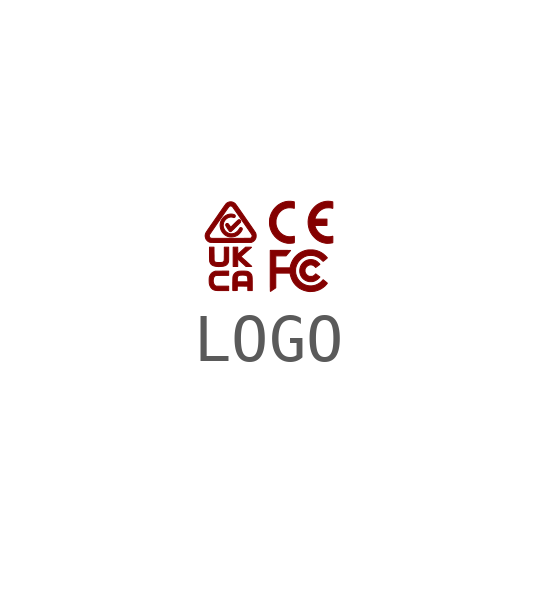
<source format=kicad_sym>
(kicad_symbol_lib
  (version 20220914)
  (generator "bitmap2component")
  (generator_version "9.0")
  (symbol "LOGO"
    (pin_names
      (offset 1.016))
    (property "Reference" "#G"
      (at 0 0.405 0)
      (effects (font (size 1.27 1.27)) hide))
    (symbol "LOGO_0_0"
      (polyline (pts (xy 0.886 -0.94) (xy 0.906 -0.939) (xy 0.927 -0.938) (xy 0.948 -0.936) (xy 0.966 -0.934) (xy 0.98 -0.932) (xy 1.027 -0.919) (xy 1.073 -0.902) (xy 1.115 -0.88) (xy 1.155 -0.853) (xy 1.191 -0.823) (xy 1.223 -0.788) (xy 1.226 -0.785) (xy 1.233 -0.776) (xy 1.237 -0.77) (xy 1.238 -0.766) (xy 1.236 -0.763) (xy 1.234 -0.761) (xy 1.227 -0.755) (xy 1.218 -0.747) (xy 1.206 -0.737) (xy 1.192 -0.726) (xy 1.152 -0.694) (xy 1.128 -0.719) (xy 1.117 -0.731) (xy 1.093 -0.752) (xy 1.068 -0.77) (xy 1.04 -0.786) (xy 1.029 -0.792) (xy 0.989 -0.808) (xy 0.948 -0.818) (xy 0.907 -0.823) (xy 0.866 -0.822) (xy 0.825 -0.816) (xy 0.786 -0.804) (xy 0.748 -0.787) (xy 0.712 -0.765) (xy 0.678 -0.737) (xy 0.666 -0.725) (xy 0.639 -0.694) (xy 0.616 -0.658) (xy 0.599 -0.62) (xy 0.585 -0.577) (xy 0.585 -0.575) (xy 0.582 -0.564) (xy 0.581 -0.553) (xy 0.58 -0.54) (xy 0.579 -0.525) (xy 0.579 -0.505) (xy 0.579 -0.493) (xy 0.58 -0.477) (xy 0.58 -0.464) (xy 0.582 -0.453) (xy 0.584 -0.442) (xy 0.587 -0.43) (xy 0.594 -0.407) (xy 0.605 -0.379) (xy 0.619 -0.352) (xy 0.633 -0.328) (xy 0.641 -0.317) (xy 0.665 -0.289) (xy 0.693 -0.263) (xy 0.724 -0.24) (xy 0.757 -0.22) (xy 0.769 -0.215) (xy 0.793 -0.204) (xy 0.816 -0.197) (xy 0.84 -0.192) (xy 0.866 -0.19) (xy 0.897 -0.189) (xy 0.901 -0.189) (xy 0.931 -0.191) (xy 0.957 -0.194) (xy 0.981 -0.2) (xy 1.006 -0.209) (xy 1.033 -0.221) (xy 1.036 -0.222) (xy 1.061 -0.236) (xy 1.083 -0.251) (xy 1.104 -0.269) (xy 1.126 -0.29) (xy 1.134 -0.297) (xy 1.143 -0.305) (xy 1.149 -0.31) (xy 1.153 -0.311) (xy 1.153 -0.311) (xy 1.158 -0.308) (xy 1.166 -0.302) (xy 1.176 -0.293) (xy 1.188 -0.284) (xy 1.2 -0.274) (xy 1.212 -0.264) (xy 1.223 -0.255) (xy 1.231 -0.247) (xy 1.237 -0.242) (xy 1.239 -0.24) (xy 1.238 -0.237) (xy 1.233 -0.232) (xy 1.225 -0.223) (xy 1.215 -0.213) (xy 1.204 -0.201) (xy 1.193 -0.191) (xy 1.156 -0.159) (xy 1.117 -0.133) (xy 1.076 -0.111) (xy 1.032 -0.094) (xy 0.984 -0.081) (xy 0.981 -0.081) (xy 0.97 -0.079) (xy 0.959 -0.077) (xy 0.947 -0.076) (xy 0.933 -0.075) (xy 0.916 -0.075) (xy 0.894 -0.075) (xy 0.887 -0.075) (xy 0.866 -0.075) (xy 0.85 -0.075) (xy 0.837 -0.076) (xy 0.826 -0.077) (xy 0.815 -0.079) (xy 0.803 -0.082) (xy 0.776 -0.088) (xy 0.729 -0.105) (xy 0.685 -0.126) (xy 0.643 -0.152) (xy 0.606 -0.182) (xy 0.571 -0.217) (xy 0.541 -0.255) (xy 0.515 -0.297) (xy 0.494 -0.342) (xy 0.487 -0.361) (xy 0.478 -0.387) (xy 0.472 -0.413) (xy 0.467 -0.436) (xy 0.465 -0.448) (xy 0.316 -0.448) (xy 0.167 -0.448) (xy 0.167 -0.324) (xy 0.167 -0.199) (xy 0.273 -0.199) (xy 0.38 -0.199) (xy 0.427 -0.144) (xy 0.438 -0.132) (xy 0.45 -0.117) (xy 0.46 -0.105) (xy 0.468 -0.096) (xy 0.473 -0.089) (xy 0.475 -0.087) (xy 0.472 -0.086) (xy 0.465 -0.086) (xy 0.453 -0.086) (xy 0.435 -0.086) (xy 0.414 -0.085) (xy 0.39 -0.085) (xy 0.362 -0.085) (xy 0.331 -0.085) (xy 0.298 -0.085) (xy 0.264 -0.085) (xy 0.053 -0.085) (xy 0.053 -0.511) (xy 0.053 -0.53) (xy 0.053 -0.596) (xy 0.053 -0.655) (xy 0.053 -0.709) (xy 0.053 -0.758) (xy 0.053 -0.8) (xy 0.053 -0.837) (xy 0.054 -0.868) (xy 0.054 -0.893) (xy 0.054 -0.912) (xy 0.055 -0.926) (xy 0.055 -0.934) (xy 0.056 -0.937) (xy 0.057 -0.937) (xy 0.062 -0.933) (xy 0.071 -0.928) (xy 0.083 -0.92) (xy 0.097 -0.91) (xy 0.113 -0.899) (xy 0.167 -0.863) (xy 0.167 -0.71) (xy 0.167 -0.557) (xy 0.316 -0.557) (xy 0.465 -0.557) (xy 0.469 -0.584) (xy 0.471 -0.594) (xy 0.48 -0.626) (xy 0.491 -0.66) (xy 0.505 -0.693) (xy 0.52 -0.724) (xy 0.536 -0.75) (xy 0.553 -0.774) (xy 0.585 -0.811) (xy 0.622 -0.844) (xy 0.661 -0.873) (xy 0.704 -0.896) (xy 0.75 -0.915) (xy 0.8 -0.929) (xy 0.853 -0.939) (xy 0.855 -0.939) (xy 0.869 -0.94) (xy 0.886 -0.94)) (stroke (width 0.01) (type default)) (fill (type outline)))
      (polyline (pts (xy -0.812 -0.875) (xy -0.812 -0.829) (xy -0.941 -0.829) (xy -1.071 -0.828) (xy -1.085 -0.821) (xy -1.092 -0.817) (xy -1.106 -0.804) (xy -1.117 -0.786) (xy -1.126 -0.763) (xy -1.132 -0.735) (xy -1.132 -0.733) (xy -1.133 -0.712) (xy -1.131 -0.69) (xy -1.127 -0.668) (xy -1.121 -0.649) (xy -1.113 -0.634) (xy -1.104 -0.622) (xy -1.103 -0.622) (xy -1.098 -0.618) (xy -1.094 -0.615) (xy -1.089 -0.612) (xy -1.084 -0.61) (xy -1.077 -0.608) (xy -1.068 -0.607) (xy -1.057 -0.606) (xy -1.042 -0.605) (xy -1.024 -0.605) (xy -1.002 -0.605) (xy -0.975 -0.604) (xy -0.943 -0.604) (xy -0.812 -0.603) (xy -0.812 -0.559) (xy -0.812 -0.515) (xy -0.952 -0.516) (xy -1.091 -0.517) (xy -1.111 -0.525) (xy -1.126 -0.531) (xy -1.149 -0.544) (xy -1.168 -0.559) (xy -1.183 -0.577) (xy -1.196 -0.598) (xy -1.202 -0.611) (xy -1.208 -0.624) (xy -1.212 -0.637) (xy -1.215 -0.652) (xy -1.216 -0.668) (xy -1.217 -0.688) (xy -1.217 -0.712) (xy -1.217 -0.722) (xy -1.216 -0.747) (xy -1.215 -0.767) (xy -1.212 -0.785) (xy -1.208 -0.801) (xy -1.202 -0.817) (xy -1.194 -0.834) (xy -1.182 -0.855) (xy -1.163 -0.877) (xy -1.142 -0.895) (xy -1.117 -0.907) (xy -1.088 -0.915) (xy -1.082 -0.916) (xy -1.073 -0.917) (xy -1.06 -0.918) (xy -1.044 -0.919) (xy -1.025 -0.919) (xy -1.001 -0.919) (xy -0.972 -0.92) (xy -0.938 -0.92) (xy -0.812 -0.92) (xy -0.812 -0.875)) (stroke (width 0.01) (type default)) (fill (type outline)))
      (polyline (pts (xy -0.322 -0.782) (xy -0.322 -0.753) (xy -0.322 -0.722) (xy -0.323 -0.696) (xy -0.323 -0.674) (xy -0.324 -0.656) (xy -0.325 -0.642) (xy -0.326 -0.629) (xy -0.328 -0.619) (xy -0.33 -0.61) (xy -0.332 -0.602) (xy -0.335 -0.595) (xy -0.339 -0.587) (xy -0.343 -0.579) (xy -0.358 -0.559) (xy -0.377 -0.542) (xy -0.399 -0.529) (xy -0.423 -0.52) (xy -0.427 -0.519) (xy -0.439 -0.518) (xy -0.456 -0.517) (xy -0.475 -0.516) (xy -0.496 -0.515) (xy -0.519 -0.515) (xy -0.541 -0.516) (xy -0.562 -0.516) (xy -0.581 -0.517) (xy -0.597 -0.518) (xy -0.608 -0.52) (xy -0.628 -0.526) (xy -0.654 -0.537) (xy -0.677 -0.553) (xy -0.696 -0.573) (xy -0.71 -0.596) (xy -0.72 -0.621) (xy -0.72 -0.624) (xy -0.721 -0.63) (xy -0.722 -0.637) (xy -0.723 -0.647) (xy -0.724 -0.659) (xy -0.724 -0.674) (xy -0.725 -0.692) (xy -0.725 -0.715) (xy -0.725 -0.738) (xy -0.633 -0.738) (xy -0.632 -0.694) (xy -0.632 -0.686) (xy -0.632 -0.671) (xy -0.631 -0.659) (xy -0.63 -0.651) (xy -0.628 -0.645) (xy -0.626 -0.638) (xy -0.623 -0.631) (xy -0.622 -0.631) (xy -0.616 -0.62) (xy -0.609 -0.612) (xy -0.599 -0.607) (xy -0.587 -0.603) (xy -0.57 -0.6) (xy -0.568 -0.6) (xy -0.551 -0.599) (xy -0.533 -0.598) (xy -0.513 -0.598) (xy -0.493 -0.599) (xy -0.476 -0.601) (xy -0.461 -0.603) (xy -0.451 -0.605) (xy -0.441 -0.609) (xy -0.433 -0.615) (xy -0.427 -0.623) (xy -0.422 -0.635) (xy -0.42 -0.641) (xy -0.418 -0.65) (xy -0.416 -0.661) (xy -0.415 -0.676) (xy -0.414 -0.695) (xy -0.412 -0.738) (xy -0.523 -0.738) (xy -0.633 -0.738) (xy -0.725 -0.738) (xy -0.726 -0.743) (xy -0.726 -0.776) (xy -0.726 -0.8) (xy -0.726 -0.826) (xy -0.726 -0.85) (xy -0.726 -0.872) (xy -0.726 -0.889) (xy -0.726 -0.903) (xy -0.726 -0.912) (xy -0.726 -0.916) (xy -0.725 -0.917) (xy -0.722 -0.918) (xy -0.717 -0.919) (xy -0.709 -0.919) (xy -0.697 -0.92) (xy -0.679 -0.919) (xy -0.634 -0.918) (xy -0.633 -0.873) (xy -0.631 -0.826) (xy -0.523 -0.827) (xy -0.415 -0.828) (xy -0.414 -0.874) (xy -0.413 -0.92) (xy -0.368 -0.92) (xy -0.322 -0.92) (xy -0.322 -0.782)) (stroke (width 0.01) (type default)) (fill (type outline)))
      (polyline (pts (xy 0.899 -0.734) (xy 0.9 -0.734) (xy 0.917 -0.734) (xy 0.929 -0.733) (xy 0.941 -0.731) (xy 0.952 -0.728) (xy 0.965 -0.724) (xy 0.976 -0.72) (xy 1.008 -0.704) (xy 1.038 -0.684) (xy 1.065 -0.659) (xy 1.084 -0.638) (xy 1.041 -0.605) (xy 0.998 -0.572) (xy 0.98 -0.59) (xy 0.97 -0.6) (xy 0.957 -0.61) (xy 0.945 -0.617) (xy 0.944 -0.618) (xy 0.935 -0.621) (xy 0.928 -0.624) (xy 0.92 -0.625) (xy 0.91 -0.625) (xy 0.895 -0.625) (xy 0.89 -0.625) (xy 0.877 -0.625) (xy 0.867 -0.625) (xy 0.86 -0.623) (xy 0.853 -0.62) (xy 0.844 -0.616) (xy 0.835 -0.611) (xy 0.815 -0.596) (xy 0.798 -0.577) (xy 0.784 -0.554) (xy 0.781 -0.546) (xy 0.778 -0.538) (xy 0.776 -0.53) (xy 0.775 -0.519) (xy 0.775 -0.505) (xy 0.775 -0.497) (xy 0.775 -0.485) (xy 0.777 -0.476) (xy 0.779 -0.468) (xy 0.783 -0.459) (xy 0.797 -0.436) (xy 0.816 -0.416) (xy 0.838 -0.4) (xy 0.863 -0.389) (xy 0.87 -0.387) (xy 0.893 -0.384) (xy 0.917 -0.387) (xy 0.941 -0.394) (xy 0.962 -0.407) (xy 0.981 -0.423) (xy 0.996 -0.44) (xy 1.04 -0.408) (xy 1.054 -0.398) (xy 1.066 -0.389) (xy 1.075 -0.382) (xy 1.082 -0.376) (xy 1.084 -0.374) (xy 1.083 -0.372) (xy 1.079 -0.367) (xy 1.072 -0.359) (xy 1.062 -0.35) (xy 1.051 -0.34) (xy 1.04 -0.33) (xy 1.029 -0.32) (xy 1.02 -0.313) (xy 1.013 -0.308) (xy 0.984 -0.293) (xy 0.95 -0.282) (xy 0.915 -0.276) (xy 0.881 -0.276) (xy 0.847 -0.281) (xy 0.814 -0.29) (xy 0.783 -0.305) (xy 0.754 -0.325) (xy 0.727 -0.35) (xy 0.704 -0.379) (xy 0.687 -0.408) (xy 0.675 -0.44) (xy 0.668 -0.474) (xy 0.665 -0.509) (xy 0.667 -0.542) (xy 0.675 -0.576) (xy 0.688 -0.609) (xy 0.705 -0.638) (xy 0.727 -0.665) (xy 0.753 -0.688) (xy 0.782 -0.707) (xy 0.815 -0.722) (xy 0.85 -0.732) (xy 0.857 -0.733) (xy 0.87 -0.734) (xy 0.884 -0.734) (xy 0.899 -0.734)) (stroke (width 0.01) (type default)) (fill (type outline)))
      (polyline (pts (xy -0.976 -0.419) (xy -0.95 -0.417) (xy -0.927 -0.414) (xy -0.913 -0.411) (xy -0.886 -0.403) (xy -0.862 -0.39) (xy -0.843 -0.373) (xy -0.828 -0.353) (xy -0.818 -0.329) (xy -0.817 -0.327) (xy -0.816 -0.322) (xy -0.815 -0.317) (xy -0.814 -0.311) (xy -0.813 -0.304) (xy -0.813 -0.294) (xy -0.812 -0.282) (xy -0.812 -0.267) (xy -0.812 -0.248) (xy -0.812 -0.225) (xy -0.812 -0.197) (xy -0.812 -0.164) (xy -0.812 -0.018) (xy -0.857 -0.018) (xy -0.902 -0.018) (xy -0.902 -0.15) (xy -0.902 -0.154) (xy -0.902 -0.187) (xy -0.903 -0.216) (xy -0.903 -0.239) (xy -0.903 -0.259) (xy -0.904 -0.274) (xy -0.905 -0.286) (xy -0.906 -0.296) (xy -0.908 -0.303) (xy -0.911 -0.309) (xy -0.914 -0.314) (xy -0.917 -0.318) (xy -0.921 -0.322) (xy -0.924 -0.324) (xy -0.932 -0.329) (xy -0.943 -0.332) (xy -0.956 -0.335) (xy -0.974 -0.336) (xy -0.996 -0.337) (xy -1.023 -0.337) (xy -1.031 -0.336) (xy -1.048 -0.336) (xy -1.06 -0.335) (xy -1.069 -0.334) (xy -1.077 -0.333) (xy -1.082 -0.331) (xy -1.088 -0.329) (xy -1.089 -0.328) (xy -1.101 -0.32) (xy -1.108 -0.309) (xy -1.11 -0.307) (xy -1.111 -0.304) (xy -1.112 -0.301) (xy -1.113 -0.296) (xy -1.113 -0.29) (xy -1.114 -0.282) (xy -1.115 -0.271) (xy -1.115 -0.257) (xy -1.115 -0.239) (xy -1.115 -0.217) (xy -1.115 -0.19) (xy -1.116 -0.158) (xy -1.117 -0.018) (xy -1.163 -0.018) (xy -1.21 -0.018) (xy -1.21 -0.156) (xy -1.21 -0.183) (xy -1.21 -0.214) (xy -1.21 -0.239) (xy -1.209 -0.26) (xy -1.209 -0.276) (xy -1.208 -0.29) (xy -1.208 -0.3) (xy -1.207 -0.308) (xy -1.206 -0.314) (xy -1.198 -0.338) (xy -1.186 -0.361) (xy -1.169 -0.38) (xy -1.147 -0.395) (xy -1.121 -0.406) (xy -1.09 -0.414) (xy -1.055 -0.419) (xy -1.034 -0.42) (xy -1.005 -0.42) (xy -0.976 -0.419)) (stroke (width 0.01) (type default)) (fill (type outline)))
      (polyline (pts (xy -0.624 -0.34) (xy -0.624 -0.26) (xy -0.587 -0.295) (xy -0.586 -0.295) (xy -0.572 -0.308) (xy -0.555 -0.324) (xy -0.536 -0.341) (xy -0.518 -0.358) (xy -0.5 -0.374) (xy -0.452 -0.419) (xy -0.391 -0.419) (xy -0.385 -0.419) (xy -0.366 -0.419) (xy -0.352 -0.419) (xy -0.343 -0.418) (xy -0.337 -0.418) (xy -0.334 -0.417) (xy -0.333 -0.416) (xy -0.334 -0.414) (xy -0.336 -0.413) (xy -0.341 -0.408) (xy -0.35 -0.4) (xy -0.362 -0.389) (xy -0.377 -0.376) (xy -0.394 -0.36) (xy -0.412 -0.344) (xy -0.432 -0.326) (xy -0.447 -0.312) (xy -0.473 -0.289) (xy -0.495 -0.27) (xy -0.513 -0.254) (xy -0.527 -0.241) (xy -0.539 -0.23) (xy -0.547 -0.223) (xy -0.552 -0.217) (xy -0.556 -0.214) (xy -0.557 -0.212) (xy -0.555 -0.211) (xy -0.55 -0.207) (xy -0.542 -0.199) (xy -0.53 -0.189) (xy -0.516 -0.176) (xy -0.5 -0.162) (xy -0.482 -0.147) (xy -0.463 -0.131) (xy -0.444 -0.114) (xy -0.425 -0.097) (xy -0.406 -0.081) (xy -0.389 -0.066) (xy -0.372 -0.052) (xy -0.358 -0.04) (xy -0.347 -0.03) (xy -0.339 -0.023) (xy -0.337 -0.022) (xy -0.337 -0.02) (xy -0.338 -0.019) (xy -0.342 -0.019) (xy -0.349 -0.018) (xy -0.36 -0.018) (xy -0.375 -0.018) (xy -0.396 -0.018) (xy -0.46 -0.018) (xy -0.541 -0.092) (xy -0.623 -0.166) (xy -0.623 -0.092) (xy -0.624 -0.018) (xy -0.671 -0.018) (xy -0.718 -0.018) (xy -0.718 -0.218) (xy -0.718 -0.419) (xy -0.671 -0.419) (xy -0.624 -0.419) (xy -0.624 -0.34)) (stroke (width 0.01) (type default)) (fill (type outline)))
      (polyline (pts (xy 0.47 0.063) (xy 0.494 0.065) (xy 0.516 0.067) (xy 0.535 0.07) (xy 0.55 0.075) (xy 0.551 0.076) (xy 0.552 0.082) (xy 0.553 0.09) (xy 0.553 0.103) (xy 0.554 0.121) (xy 0.554 0.144) (xy 0.554 0.161) (xy 0.554 0.179) (xy 0.553 0.192) (xy 0.553 0.2) (xy 0.552 0.206) (xy 0.551 0.209) (xy 0.55 0.21) (xy 0.549 0.21) (xy 0.543 0.208) (xy 0.534 0.206) (xy 0.523 0.204) (xy 0.497 0.2) (xy 0.457 0.198) (xy 0.419 0.201) (xy 0.383 0.209) (xy 0.347 0.223) (xy 0.325 0.234) (xy 0.291 0.257) (xy 0.26 0.283) (xy 0.233 0.315) (xy 0.21 0.349) (xy 0.192 0.388) (xy 0.178 0.43) (xy 0.177 0.436) (xy 0.175 0.446) (xy 0.173 0.457) (xy 0.172 0.469) (xy 0.172 0.483) (xy 0.172 0.502) (xy 0.172 0.513) (xy 0.172 0.53) (xy 0.173 0.543) (xy 0.174 0.554) (xy 0.176 0.565) (xy 0.179 0.577) (xy 0.193 0.618) (xy 0.21 0.655) (xy 0.232 0.689) (xy 0.258 0.719) (xy 0.286 0.744) (xy 0.318 0.766) (xy 0.352 0.782) (xy 0.389 0.794) (xy 0.427 0.801) (xy 0.467 0.802) (xy 0.478 0.801) (xy 0.499 0.799) (xy 0.519 0.797) (xy 0.536 0.793) (xy 0.549 0.789) (xy 0.55 0.789) (xy 0.551 0.79) (xy 0.552 0.792) (xy 0.553 0.797) (xy 0.553 0.805) (xy 0.553 0.818) (xy 0.553 0.834) (xy 0.553 0.856) (xy 0.552 0.924) (xy 0.536 0.928) (xy 0.52 0.931) (xy 0.483 0.935) (xy 0.445 0.936) (xy 0.408 0.934) (xy 0.374 0.929) (xy 0.351 0.923) (xy 0.306 0.908) (xy 0.263 0.887) (xy 0.222 0.862) (xy 0.185 0.832) (xy 0.151 0.798) (xy 0.12 0.761) (xy 0.094 0.72) (xy 0.072 0.677) (xy 0.055 0.63) (xy 0.042 0.582) (xy 0.04 0.568) (xy 0.038 0.546) (xy 0.037 0.52) (xy 0.037 0.494) (xy 0.037 0.468) (xy 0.039 0.444) (xy 0.042 0.423) (xy 0.044 0.415) (xy 0.054 0.374) (xy 0.068 0.334) (xy 0.085 0.297) (xy 0.104 0.263) (xy 0.116 0.246) (xy 0.147 0.206) (xy 0.182 0.171) (xy 0.22 0.14) (xy 0.261 0.114) (xy 0.304 0.093) (xy 0.35 0.077) (xy 0.398 0.066) (xy 0.403 0.065) (xy 0.423 0.063) (xy 0.446 0.063) (xy 0.47 0.063)) (stroke (width 0.01) (type default)) (fill (type outline)))
      (polyline (pts (xy 1.246 0.062) (xy 1.264 0.063) (xy 1.284 0.064) (xy 1.302 0.066) (xy 1.317 0.068) (xy 1.329 0.07) (xy 1.352 0.075) (xy 1.353 0.143) (xy 1.353 0.147) (xy 1.353 0.168) (xy 1.353 0.184) (xy 1.353 0.196) (xy 1.353 0.203) (xy 1.352 0.208) (xy 1.351 0.21) (xy 1.349 0.21) (xy 1.346 0.209) (xy 1.336 0.206) (xy 1.323 0.204) (xy 1.308 0.201) (xy 1.292 0.199) (xy 1.279 0.198) (xy 1.278 0.198) (xy 1.24 0.198) (xy 1.204 0.203) (xy 1.168 0.214) (xy 1.134 0.23) (xy 1.101 0.249) (xy 1.072 0.274) (xy 1.045 0.301) (xy 1.022 0.333) (xy 1.002 0.367) (xy 0.988 0.404) (xy 0.986 0.409) (xy 0.984 0.415) (xy 0.982 0.42) (xy 0.982 0.424) (xy 0.983 0.428) (xy 0.986 0.43) (xy 0.992 0.432) (xy 1 0.433) (xy 1.013 0.433) (xy 1.029 0.434) (xy 1.05 0.434) (xy 1.075 0.434) (xy 1.106 0.434) (xy 1.231 0.434) (xy 1.231 0.5) (xy 1.231 0.566) (xy 1.106 0.566) (xy 1.083 0.566) (xy 1.056 0.565) (xy 1.034 0.565) (xy 1.016 0.566) (xy 1.003 0.566) (xy 0.993 0.567) (xy 0.987 0.569) (xy 0.983 0.572) (xy 0.982 0.575) (xy 0.982 0.579) (xy 0.984 0.585) (xy 0.986 0.592) (xy 0.989 0.6) (xy 1 0.628) (xy 1.02 0.665) (xy 1.044 0.698) (xy 1.071 0.728) (xy 1.103 0.753) (xy 1.138 0.774) (xy 1.152 0.78) (xy 1.172 0.789) (xy 1.191 0.795) (xy 1.211 0.798) (xy 1.233 0.8) (xy 1.258 0.801) (xy 1.276 0.801) (xy 1.296 0.8) (xy 1.314 0.798) (xy 1.331 0.794) (xy 1.349 0.789) (xy 1.35 0.789) (xy 1.351 0.79) (xy 1.352 0.792) (xy 1.353 0.798) (xy 1.353 0.806) (xy 1.353 0.818) (xy 1.353 0.834) (xy 1.353 0.856) (xy 1.352 0.924) (xy 1.327 0.929) (xy 1.3 0.934) (xy 1.254 0.937) (xy 1.208 0.934) (xy 1.162 0.925) (xy 1.117 0.911) (xy 1.073 0.891) (xy 1.03 0.866) (xy 1.011 0.852) (xy 0.991 0.835) (xy 0.97 0.815) (xy 0.95 0.793) (xy 0.932 0.772) (xy 0.917 0.753) (xy 0.916 0.751) (xy 0.889 0.706) (xy 0.868 0.659) (xy 0.853 0.611) (xy 0.843 0.562) (xy 0.839 0.512) (xy 0.841 0.462) (xy 0.842 0.449) (xy 0.851 0.398) (xy 0.864 0.35) (xy 0.883 0.305) (xy 0.907 0.262) (xy 0.936 0.222) (xy 0.971 0.183) (xy 1.001 0.155) (xy 1.038 0.127) (xy 1.077 0.104) (xy 1.119 0.086) (xy 1.163 0.073) (xy 1.212 0.063) (xy 1.216 0.063) (xy 1.23 0.062) (xy 1.246 0.062)) (stroke (width 0.01) (type default)) (fill (type outline)))
      (polyline (pts (xy -0.823 0.08) (xy -0.765 0.08) (xy -0.341 0.081) (xy -0.319 0.091) (xy -0.311 0.095) (xy -0.288 0.111) (xy -0.27 0.13) (xy -0.255 0.153) (xy -0.244 0.18) (xy -0.242 0.195) (xy -0.241 0.214) (xy -0.241 0.234) (xy -0.244 0.253) (xy -0.248 0.268) (xy -0.249 0.269) (xy -0.249 0.271) (xy -0.25 0.273) (xy -0.251 0.275) (xy -0.252 0.277) (xy -0.253 0.279) (xy -0.255 0.283) (xy -0.257 0.287) (xy -0.261 0.292) (xy -0.265 0.298) (xy -0.27 0.306) (xy -0.277 0.316) (xy -0.284 0.327) (xy -0.293 0.341) (xy -0.304 0.356) (xy -0.317 0.375) (xy -0.331 0.396) (xy -0.347 0.419) (xy -0.366 0.446) (xy -0.387 0.476) (xy -0.41 0.509) (xy -0.436 0.546) (xy -0.464 0.587) (xy -0.495 0.632) (xy -0.529 0.681) (xy -0.566 0.734) (xy -0.607 0.793) (xy -0.616 0.805) (xy -0.63 0.825) (xy -0.643 0.843) (xy -0.655 0.86) (xy -0.665 0.873) (xy -0.673 0.883) (xy -0.678 0.889) (xy -0.688 0.897) (xy -0.711 0.911) (xy -0.736 0.921) (xy -0.762 0.925) (xy -0.789 0.924) (xy -0.808 0.919) (xy -0.83 0.91) (xy -0.849 0.899) (xy -0.865 0.886) (xy -0.865 0.885) (xy -0.87 0.879) (xy -0.878 0.868) (xy -0.888 0.854) (xy -0.901 0.838) (xy -0.914 0.819) (xy -0.929 0.798) (xy -0.944 0.776) (xy -0.96 0.753) (xy -0.979 0.725) (xy -1.001 0.695) (xy -1.023 0.663) (xy -1.044 0.631) (xy -1.065 0.602) (xy -1.084 0.574) (xy -1.084 0.574) (xy -1.103 0.547) (xy -1.123 0.518) (xy -1.144 0.488) (xy -1.165 0.458) (xy -1.185 0.43) (xy -1.203 0.403) (xy -1.218 0.381) (xy -1.23 0.364) (xy -1.244 0.344) (xy -1.256 0.325) (xy -1.268 0.308) (xy -1.276 0.294) (xy -1.283 0.283) (xy -1.287 0.277) (xy -1.295 0.254) (xy -1.3 0.227) (xy -1.299 0.215) (xy -1.215 0.215) (xy -1.214 0.231) (xy -1.213 0.232) (xy -1.212 0.235) (xy -1.211 0.237) (xy -1.21 0.24) (xy -1.208 0.244) (xy -1.205 0.248) (xy -1.201 0.255) (xy -1.196 0.262) (xy -1.19 0.272) (xy -1.181 0.284) (xy -1.171 0.299) (xy -1.159 0.317) (xy -1.144 0.338) (xy -1.127 0.363) (xy -1.107 0.392) (xy -1.085 0.424) (xy -1.059 0.462) (xy -1.032 0.501) (xy -1 0.547) (xy -0.971 0.589) (xy -0.945 0.627) (xy -0.921 0.661) (xy -0.9 0.691) (xy -0.882 0.717) (xy -0.866 0.74) (xy -0.852 0.76) (xy -0.839 0.777) (xy -0.829 0.792) (xy -0.82 0.804) (xy -0.812 0.814) (xy -0.805 0.822) (xy -0.8 0.828) (xy -0.796 0.832) (xy -0.792 0.835) (xy -0.789 0.837) (xy -0.786 0.839) (xy -0.783 0.839) (xy -0.781 0.839) (xy -0.778 0.839) (xy -0.775 0.838) (xy -0.771 0.838) (xy -0.765 0.838) (xy -0.751 0.835) (xy -0.74 0.828) (xy -0.729 0.817) (xy -0.726 0.814) (xy -0.72 0.805) (xy -0.711 0.792) (xy -0.698 0.774) (xy -0.683 0.752) (xy -0.663 0.725) (xy -0.641 0.693) (xy -0.615 0.656) (xy -0.586 0.614) (xy -0.554 0.568) (xy -0.519 0.517) (xy -0.48 0.461) (xy -0.438 0.4) (xy -0.392 0.334) (xy -0.382 0.319) (xy -0.366 0.297) (xy -0.353 0.277) (xy -0.342 0.26) (xy -0.333 0.246) (xy -0.328 0.236) (xy -0.325 0.231) (xy -0.325 0.231) (xy -0.324 0.215) (xy -0.327 0.199) (xy -0.336 0.184) (xy -0.348 0.173) (xy -0.358 0.166) (xy -0.766 0.165) (xy -0.78 0.165) (xy -0.836 0.165) (xy -0.886 0.165) (xy -0.931 0.165) (xy -0.971 0.165) (xy -1.006 0.165) (xy -1.037 0.165) (xy -1.065 0.165) (xy -1.088 0.165) (xy -1.108 0.165) (xy -1.125 0.165) (xy -1.139 0.165) (xy -1.15 0.165) (xy -1.159 0.166) (xy -1.166 0.166) (xy -1.172 0.167) (xy -1.176 0.167) (xy -1.179 0.168) (xy -1.182 0.168) (xy -1.184 0.169) (xy -1.185 0.17) (xy -1.193 0.174) (xy -1.204 0.186) (xy -1.212 0.2) (xy -1.215 0.215) (xy -1.299 0.215) (xy -1.299 0.201) (xy -1.293 0.175) (xy -1.284 0.151) (xy -1.269 0.13) (xy -1.251 0.111) (xy -1.23 0.096) (xy -1.205 0.085) (xy -1.203 0.084) (xy -1.2 0.084) (xy -1.197 0.083) (xy -1.192 0.082) (xy -1.187 0.082) (xy -1.18 0.081) (xy -1.171 0.081) (xy -1.161 0.081) (xy -1.147 0.081) (xy -1.132 0.08) (xy -1.113 0.08) (xy -1.091 0.08) (xy -1.066 0.08) (xy -1.037 0.08) (xy -1.003 0.08) (xy -0.966 0.08) (xy -0.923 0.08) (xy -0.876 0.08) (xy -0.823 0.08)) (stroke (width 0.01) (type default)) (fill (type outline)))
      (polyline (pts (xy -0.715 0.198) (xy -0.681 0.206) (xy -0.648 0.22) (xy -0.635 0.226) (xy -0.624 0.233) (xy -0.614 0.24) (xy -0.603 0.25) (xy -0.59 0.262) (xy -0.585 0.267) (xy -0.568 0.286) (xy -0.554 0.305) (xy -0.542 0.323) (xy -0.534 0.339) (xy -0.529 0.353) (xy -0.529 0.365) (xy -0.532 0.374) (xy -0.54 0.383) (xy -0.551 0.388) (xy -0.563 0.39) (xy -0.574 0.387) (xy -0.576 0.386) (xy -0.58 0.38) (xy -0.587 0.371) (xy -0.593 0.36) (xy -0.608 0.338) (xy -0.63 0.313) (xy -0.654 0.293) (xy -0.681 0.276) (xy -0.71 0.265) (xy -0.721 0.263) (xy -0.739 0.261) (xy -0.758 0.26) (xy -0.777 0.261) (xy -0.793 0.264) (xy -0.795 0.264) (xy -0.821 0.274) (xy -0.847 0.288) (xy -0.87 0.307) (xy -0.889 0.329) (xy -0.905 0.354) (xy -0.91 0.367) (xy -0.919 0.391) (xy -0.924 0.414) (xy -0.926 0.435) (xy -0.926 0.443) (xy -0.923 0.458) (xy -0.92 0.476) (xy -0.916 0.492) (xy -0.911 0.506) (xy -0.906 0.516) (xy -0.89 0.541) (xy -0.87 0.563) (xy -0.846 0.582) (xy -0.82 0.596) (xy -0.792 0.605) (xy -0.783 0.607) (xy -0.766 0.609) (xy -0.748 0.608) (xy -0.733 0.606) (xy -0.721 0.602) (xy -0.718 0.601) (xy -0.705 0.597) (xy -0.693 0.599) (xy -0.683 0.605) (xy -0.676 0.615) (xy -0.674 0.628) (xy -0.674 0.63) (xy -0.676 0.641) (xy -0.682 0.649) (xy -0.692 0.656) (xy -0.708 0.662) (xy -0.732 0.668) (xy -0.763 0.671) (xy -0.795 0.668) (xy -0.826 0.661) (xy -0.856 0.649) (xy -0.884 0.632) (xy -0.91 0.612) (xy -0.933 0.588) (xy -0.953 0.561) (xy -0.97 0.531) (xy -0.981 0.498) (xy -0.987 0.473) (xy -0.99 0.438) (xy -0.987 0.402) (xy -0.979 0.366) (xy -0.967 0.332) (xy -0.949 0.301) (xy -0.942 0.29) (xy -0.918 0.262) (xy -0.891 0.238) (xy -0.861 0.219) (xy -0.828 0.205) (xy -0.794 0.196) (xy -0.784 0.195) (xy -0.75 0.194) (xy -0.715 0.198)) (stroke (width 0.01) (type default)) (fill (type outline)))
      (polyline (pts (xy -0.761 0.309) (xy -0.758 0.311) (xy -0.751 0.317) (xy -0.742 0.326) (xy -0.729 0.338) (xy -0.713 0.352) (xy -0.696 0.369) (xy -0.678 0.388) (xy -0.658 0.407) (xy -0.565 0.5) (xy -0.563 0.516) (xy -0.563 0.52) (xy -0.563 0.529) (xy -0.565 0.535) (xy -0.57 0.541) (xy -0.571 0.543) (xy -0.579 0.549) (xy -0.586 0.552) (xy -0.589 0.553) (xy -0.595 0.554) (xy -0.599 0.553) (xy -0.605 0.551) (xy -0.611 0.548) (xy -0.618 0.543) (xy -0.627 0.535) (xy -0.639 0.524) (xy -0.653 0.511) (xy -0.67 0.494) (xy -0.692 0.473) (xy -0.769 0.396) (xy -0.788 0.424) (xy -0.795 0.434) (xy -0.804 0.446) (xy -0.812 0.456) (xy -0.818 0.464) (xy -0.82 0.466) (xy -0.827 0.472) (xy -0.833 0.474) (xy -0.842 0.475) (xy -0.85 0.474) (xy -0.858 0.472) (xy -0.865 0.466) (xy -0.868 0.462) (xy -0.872 0.455) (xy -0.873 0.445) (xy -0.873 0.444) (xy -0.873 0.439) (xy -0.872 0.434) (xy -0.869 0.428) (xy -0.865 0.42) (xy -0.858 0.409) (xy -0.85 0.395) (xy -0.838 0.376) (xy -0.834 0.37) (xy -0.823 0.353) (xy -0.813 0.339) (xy -0.805 0.327) (xy -0.798 0.318) (xy -0.794 0.313) (xy -0.784 0.306) (xy -0.773 0.305) (xy -0.761 0.309)) (stroke (width 0.01) (type default)) (fill (type outline))))))
</source>
